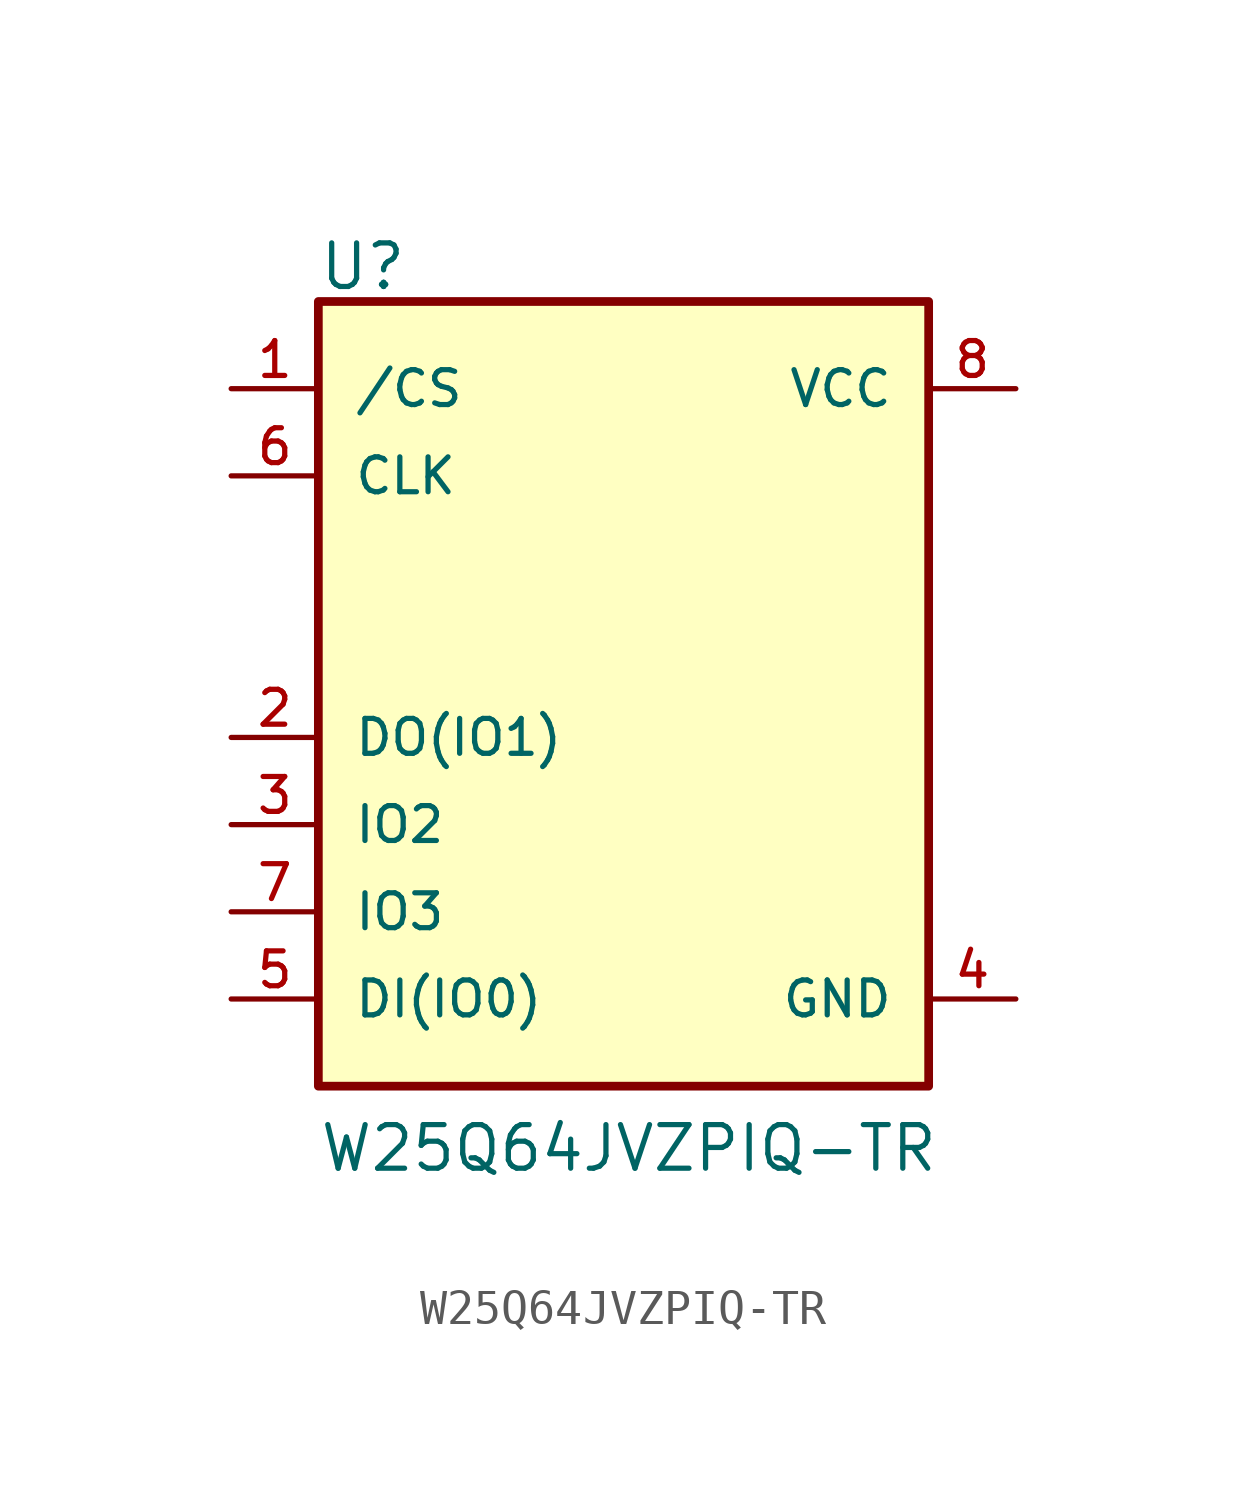
<source format=kicad_sym>
(kicad_symbol_lib
  (version 20211014)
  (generator kicad_symbol_editor)
  (symbol "W25Q64JVZPIQ-TR"
    (pin_names
      (offset 1.016))
    (property "Reference" "U"
      (at -7.634 10.434 0)
      (effects (font (size 1.27 1.27)) (justify bottom left)))
    (property "Value" "W25Q64JVZPIQ-TR"
      (at -7.627 -15.253 0)
      (effects (font (size 1.27 1.27)) (justify bottom left)))
    (symbol "W25Q64JVZPIQ-TR_0_0"
      (rectangle (start -7.62 -12.7) (end 10.16 10.16) (stroke (width 0.254)) (fill (type background)))
      (pin input line (at -10.16 7.62 0) (length 2.54) (name "/CS" (effects (font (size 1.016 1.016)))) (number "1" (effects (font (size 1.016 1.016)))))
      (pin bidirectional line (at -10.16 -2.54 0) (length 2.54) (name "DO(IO1)" (effects (font (size 1.016 1.016)))) (number "2" (effects (font (size 1.016 1.016)))))
      (pin bidirectional line (at -10.16 -5.08 0) (length 2.54) (name "IO2" (effects (font (size 1.016 1.016)))) (number "3" (effects (font (size 1.016 1.016)))))
      (pin power_in line (at 12.7 -10.16 180.0) (length 2.54) (name "GND" (effects (font (size 1.016 1.016)))) (number "4" (effects (font (size 1.016 1.016)))))
      (pin bidirectional line (at -10.16 -10.16 0) (length 2.54) (name "DI(IO0)" (effects (font (size 1.016 1.016)))) (number "5" (effects (font (size 1.016 1.016)))))
      (pin input line (at -10.16 5.08 0) (length 2.54) (name "CLK" (effects (font (size 1.016 1.016)))) (number "6" (effects (font (size 1.016 1.016)))))
      (pin bidirectional line (at -10.16 -7.62 0) (length 2.54) (name "IO3" (effects (font (size 1.016 1.016)))) (number "7" (effects (font (size 1.016 1.016)))))
      (pin power_in line (at 12.7 7.62 180.0) (length 2.54) (name "VCC" (effects (font (size 1.016 1.016)))) (number "8" (effects (font (size 1.016 1.016))))))))
</source>
